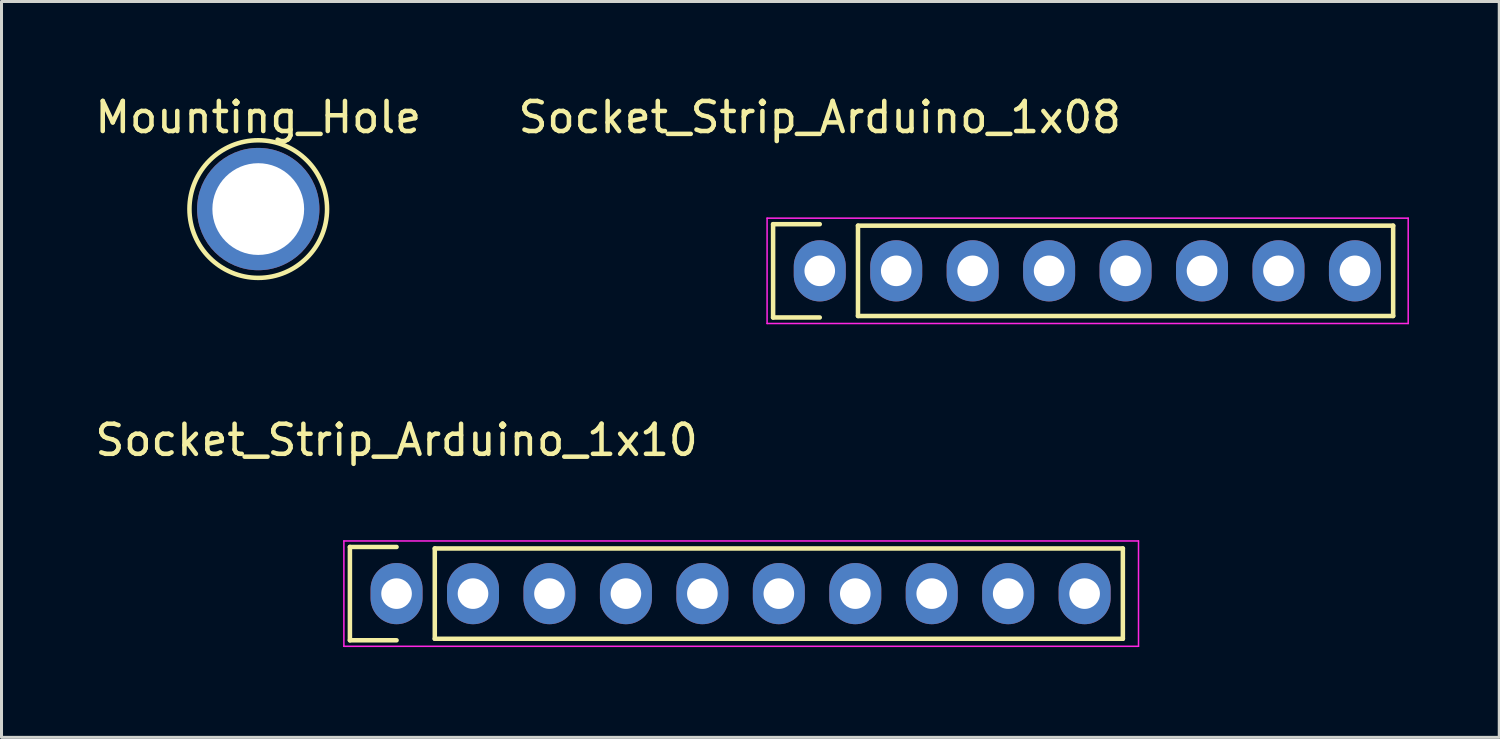
<source format=kicad_pcb>
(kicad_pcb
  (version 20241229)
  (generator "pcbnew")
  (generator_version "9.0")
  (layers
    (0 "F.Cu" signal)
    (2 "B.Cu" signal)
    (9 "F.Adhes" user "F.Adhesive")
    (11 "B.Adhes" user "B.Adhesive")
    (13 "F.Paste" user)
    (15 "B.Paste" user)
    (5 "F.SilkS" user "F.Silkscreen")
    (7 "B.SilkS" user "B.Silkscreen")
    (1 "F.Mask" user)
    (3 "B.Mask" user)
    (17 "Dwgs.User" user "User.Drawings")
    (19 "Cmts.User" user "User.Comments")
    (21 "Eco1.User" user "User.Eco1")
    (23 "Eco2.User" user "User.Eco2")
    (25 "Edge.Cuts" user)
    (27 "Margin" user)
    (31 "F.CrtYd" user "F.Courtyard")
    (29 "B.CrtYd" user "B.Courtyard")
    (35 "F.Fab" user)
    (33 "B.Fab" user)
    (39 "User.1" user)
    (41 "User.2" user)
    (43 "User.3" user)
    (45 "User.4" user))
  (footprint "Mounting_Hole"
    (layer "F.Cu")
    (at 5.53 3.896)
    (property "Reference" "Mounting_Hole" (at 0 -3.048 0) (layer "F.SilkS") (effects (font (size 1 1) (thickness 0.15))))
    (attr through_hole)
    (fp_circle (center 0 0) (end 0 -2.286) (stroke (width 0.15) (type solid)) (fill no) (layer "F.SilkS"))
    (pad "1" thru_hole circle (at 0 0) (size 4.064 4.064) (drill 3.048) (layers "*.Cu" "*.Mask")))
  (footprint "Socket_Strip_Arduino_1x08"
    (layer "F.Cu")
    (at 24.185 5.948)
    (property "Reference" "Socket_Strip_Arduino_1x08" (at 0 -5.1 0) (layer "F.SilkS") (effects (font (size 1 1) (thickness 0.15))))
    (attr through_hole)
    (fp_line (start -1.55 -1.55) (end -1.55 1.55) (stroke (width 0.15) (type solid)) (layer "F.SilkS"))
    (fp_line (start -1.55 1.55) (end 0 1.55) (stroke (width 0.15) (type solid)) (layer "F.SilkS"))
    (fp_line (start 0 -1.55) (end -1.55 -1.55) (stroke (width 0.15) (type solid)) (layer "F.SilkS"))
    (fp_line (start 1.27 1.5) (end 1.27 -1.5) (stroke (width 0.15) (type solid)) (layer "F.SilkS"))
    (fp_line (start 1.27 1.5) (end 19.05 1.5) (stroke (width 0.15) (type solid)) (layer "F.SilkS"))
    (fp_line (start 19.05 -1.5) (end 1.27 -1.5) (stroke (width 0.15) (type solid)) (layer "F.SilkS"))
    (fp_line (start 19.05 1.5) (end 19.05 -1.5) (stroke (width 0.15) (type solid)) (layer "F.SilkS"))
    (fp_line (start -1.75 -1.75) (end -1.75 1.75) (stroke (width 0.05) (type solid)) (layer "F.CrtYd"))
    (fp_line (start -1.75 -1.75) (end 19.55 -1.75) (stroke (width 0.05) (type solid)) (layer "F.CrtYd"))
    (fp_line (start -1.75 1.75) (end 19.55 1.75) (stroke (width 0.05) (type solid)) (layer "F.CrtYd"))
    (fp_line (start 19.55 -1.75) (end 19.55 1.75) (stroke (width 0.05) (type solid)) (layer "F.CrtYd"))
    (pad "1" thru_hole oval (at 0 0) (size 1.727 2.032) (drill 1.016) (layers "*.Cu" "*.Mask"))
    (pad "2" thru_hole oval (at 2.54 0) (size 1.727 2.032) (drill 1.016) (layers "*.Cu" "*.Mask"))
    (pad "3" thru_hole oval (at 5.08 0) (size 1.727 2.032) (drill 1.016) (layers "*.Cu" "*.Mask"))
    (pad "4" thru_hole oval (at 7.62 0) (size 1.727 2.032) (drill 1.016) (layers "*.Cu" "*.Mask"))
    (pad "5" thru_hole oval (at 10.16 0) (size 1.727 2.032) (drill 1.016) (layers "*.Cu" "*.Mask"))
    (pad "6" thru_hole oval (at 12.7 0) (size 1.727 2.032) (drill 1.016) (layers "*.Cu" "*.Mask"))
    (pad "7" thru_hole oval (at 15.24 0) (size 1.727 2.032) (drill 1.016) (layers "*.Cu" "*.Mask"))
    (pad "8" thru_hole oval (at 17.78 0) (size 1.727 2.032) (drill 1.016) (layers "*.Cu" "*.Mask")))
  (footprint "Socket_Strip_Arduino_1x10"
    (layer "F.Cu")
    (at 10.125 16.672)
    (property "Reference" "Socket_Strip_Arduino_1x10" (at 0 -5.1 0) (layer "F.SilkS") (effects (font (size 1 1) (thickness 0.15))))
    (attr through_hole)
    (fp_line (start -1.55 -1.55) (end -1.55 1.55) (stroke (width 0.15) (type solid)) (layer "F.SilkS"))
    (fp_line (start -1.55 1.55) (end 0 1.55) (stroke (width 0.15) (type solid)) (layer "F.SilkS"))
    (fp_line (start 0 -1.55) (end -1.55 -1.55) (stroke (width 0.15) (type solid)) (layer "F.SilkS"))
    (fp_line (start 1.27 1.5) (end 1.27 -1.5) (stroke (width 0.15) (type solid)) (layer "F.SilkS"))
    (fp_line (start 1.27 1.5) (end 24.13 1.5) (stroke (width 0.15) (type solid)) (layer "F.SilkS"))
    (fp_line (start 24.13 -1.5) (end 1.27 -1.5) (stroke (width 0.15) (type solid)) (layer "F.SilkS"))
    (fp_line (start 24.13 1.5) (end 24.13 -1.5) (stroke (width 0.15) (type solid)) (layer "F.SilkS"))
    (fp_line (start -1.75 -1.75) (end -1.75 1.75) (stroke (width 0.05) (type solid)) (layer "F.CrtYd"))
    (fp_line (start -1.75 -1.75) (end 24.65 -1.75) (stroke (width 0.05) (type solid)) (layer "F.CrtYd"))
    (fp_line (start -1.75 1.75) (end 24.65 1.75) (stroke (width 0.05) (type solid)) (layer "F.CrtYd"))
    (fp_line (start 24.65 -1.75) (end 24.65 1.75) (stroke (width 0.05) (type solid)) (layer "F.CrtYd"))
    (pad "1" thru_hole oval (at 0 0) (size 1.727 2.032) (drill 1.016) (layers "*.Cu" "*.Mask"))
    (pad "2" thru_hole oval (at 2.54 0) (size 1.727 2.032) (drill 1.016) (layers "*.Cu" "*.Mask"))
    (pad "3" thru_hole oval (at 5.08 0) (size 1.727 2.032) (drill 1.016) (layers "*.Cu" "*.Mask"))
    (pad "4" thru_hole oval (at 7.62 0) (size 1.727 2.032) (drill 1.016) (layers "*.Cu" "*.Mask"))
    (pad "5" thru_hole oval (at 10.16 0) (size 1.727 2.032) (drill 1.016) (layers "*.Cu" "*.Mask"))
    (pad "6" thru_hole oval (at 12.7 0) (size 1.727 2.032) (drill 1.016) (layers "*.Cu" "*.Mask"))
    (pad "7" thru_hole oval (at 15.24 0) (size 1.727 2.032) (drill 1.016) (layers "*.Cu" "*.Mask"))
    (pad "8" thru_hole oval (at 17.78 0) (size 1.727 2.032) (drill 1.016) (layers "*.Cu" "*.Mask"))
    (pad "9" thru_hole oval (at 20.32 0) (size 1.727 2.032) (drill 1.016) (layers "*.Cu" "*.Mask"))
    (pad "10" thru_hole oval (at 22.86 0) (size 1.727 2.032) (drill 1.016) (layers "*.Cu" "*.Mask")))
  (gr_rect
    (start -3 -3)
    (end 46.76 21.447)
    (stroke (width 0.1) (type default))
    (fill no)
    (layer "Edge.Cuts")))
</source>
